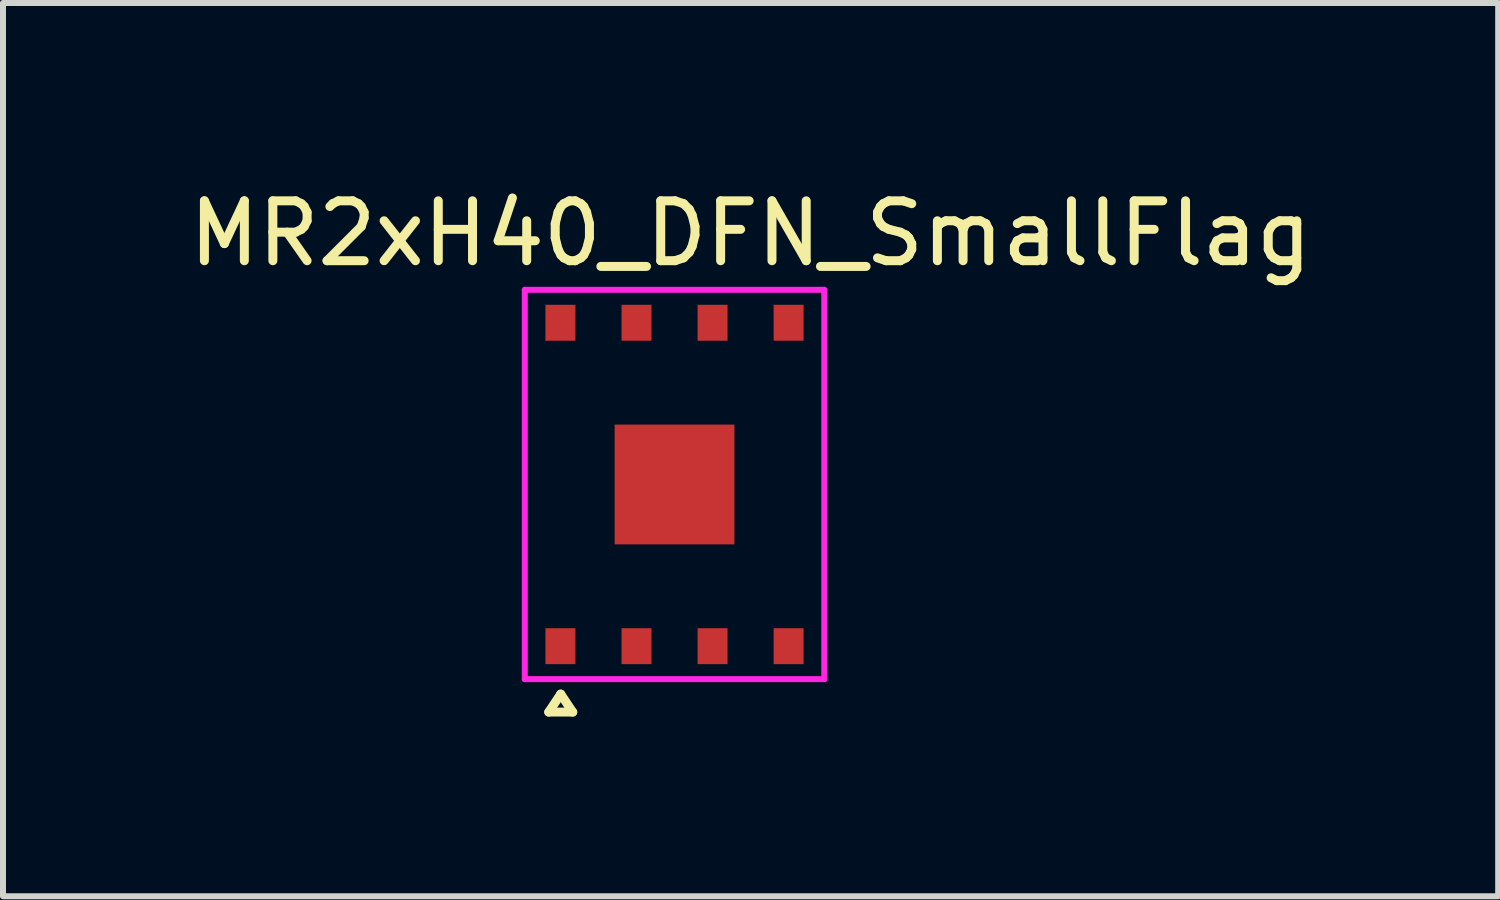
<source format=kicad_pcb>
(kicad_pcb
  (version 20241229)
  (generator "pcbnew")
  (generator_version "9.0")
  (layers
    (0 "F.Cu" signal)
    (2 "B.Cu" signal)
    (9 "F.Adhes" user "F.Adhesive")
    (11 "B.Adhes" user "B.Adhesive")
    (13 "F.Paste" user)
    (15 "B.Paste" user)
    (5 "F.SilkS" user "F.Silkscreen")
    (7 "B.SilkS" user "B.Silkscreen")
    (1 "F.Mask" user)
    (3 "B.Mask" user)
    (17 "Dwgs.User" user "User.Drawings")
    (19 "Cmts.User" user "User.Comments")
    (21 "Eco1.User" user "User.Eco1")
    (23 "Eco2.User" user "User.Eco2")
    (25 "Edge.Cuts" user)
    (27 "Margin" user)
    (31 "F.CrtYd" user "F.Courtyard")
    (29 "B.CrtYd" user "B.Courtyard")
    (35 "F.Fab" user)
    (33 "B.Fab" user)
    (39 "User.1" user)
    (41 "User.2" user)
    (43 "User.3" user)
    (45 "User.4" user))
  (footprint "MR2xH40_DFN_SmallFlag"
    (layer "F.Cu")
    (at 8.212 5.039)
    (property "Reference" "MR2xH40_DFN_SmallFlag" (at 1.27 -4.191 0) (layer "F.SilkS") (effects (font (size 1 1) (thickness 0.15))))
    (attr smd)
    (fp_line (start -2.1 3.8) (end -1.7 3.8) (stroke (width 0.15) (type solid)) (layer "F.SilkS"))
    (fp_line (start -1.9 3.5) (end -2.1 3.8) (stroke (width 0.15) (type solid)) (layer "F.SilkS"))
    (fp_line (start -1.7 3.8) (end -1.9 3.5) (stroke (width 0.15) (type solid)) (layer "F.SilkS"))
    (fp_line (start -2.5 -3.25) (end -2.5 3.25) (stroke (width 0.1) (type solid)) (layer "F.CrtYd"))
    (fp_line (start -2.5 3.25) (end 2.5 3.25) (stroke (width 0.1) (type solid)) (layer "F.CrtYd"))
    (fp_line (start 2.5 -3.25) (end -2.5 -3.25) (stroke (width 0.1) (type solid)) (layer "F.CrtYd"))
    (fp_line (start 2.5 3.25) (end 2.5 -3.25) (stroke (width 0.1) (type solid)) (layer "F.CrtYd"))
    (pad "0" smd rect (at 0 0) (size 2 2) (layers "F.Cu" "F.Mask" "F.Paste"))
    (pad "1" smd rect (at -1.905 2.7) (size 0.5 0.6) (layers "F.Cu" "F.Mask" "F.Paste"))
    (pad "2" smd rect (at -0.635 2.7) (size 0.5 0.6) (layers "F.Cu" "F.Mask" "F.Paste"))
    (pad "3" smd rect (at 0.635 2.7) (size 0.5 0.6) (layers "F.Cu" "F.Mask" "F.Paste"))
    (pad "4" smd rect (at 1.905 2.7) (size 0.5 0.6) (layers "F.Cu" "F.Mask" "F.Paste"))
    (pad "5" smd rect (at 1.905 -2.7) (size 0.5 0.6) (layers "F.Cu" "F.Mask" "F.Paste"))
    (pad "6" smd rect (at 0.635 -2.7) (size 0.5 0.6) (layers "F.Cu" "F.Mask" "F.Paste"))
    (pad "7" smd rect (at -0.635 -2.7) (size 0.5 0.6) (layers "F.Cu" "F.Mask" "F.Paste"))
    (pad "8" smd rect (at -1.905 -2.7) (size 0.5 0.6) (layers "F.Cu" "F.Mask" "F.Paste")))
  (gr_rect
    (start -3 -3)
    (end 21.964 11.914)
    (stroke (width 0.1) (type default))
    (fill no)
    (layer "Edge.Cuts")))
</source>
